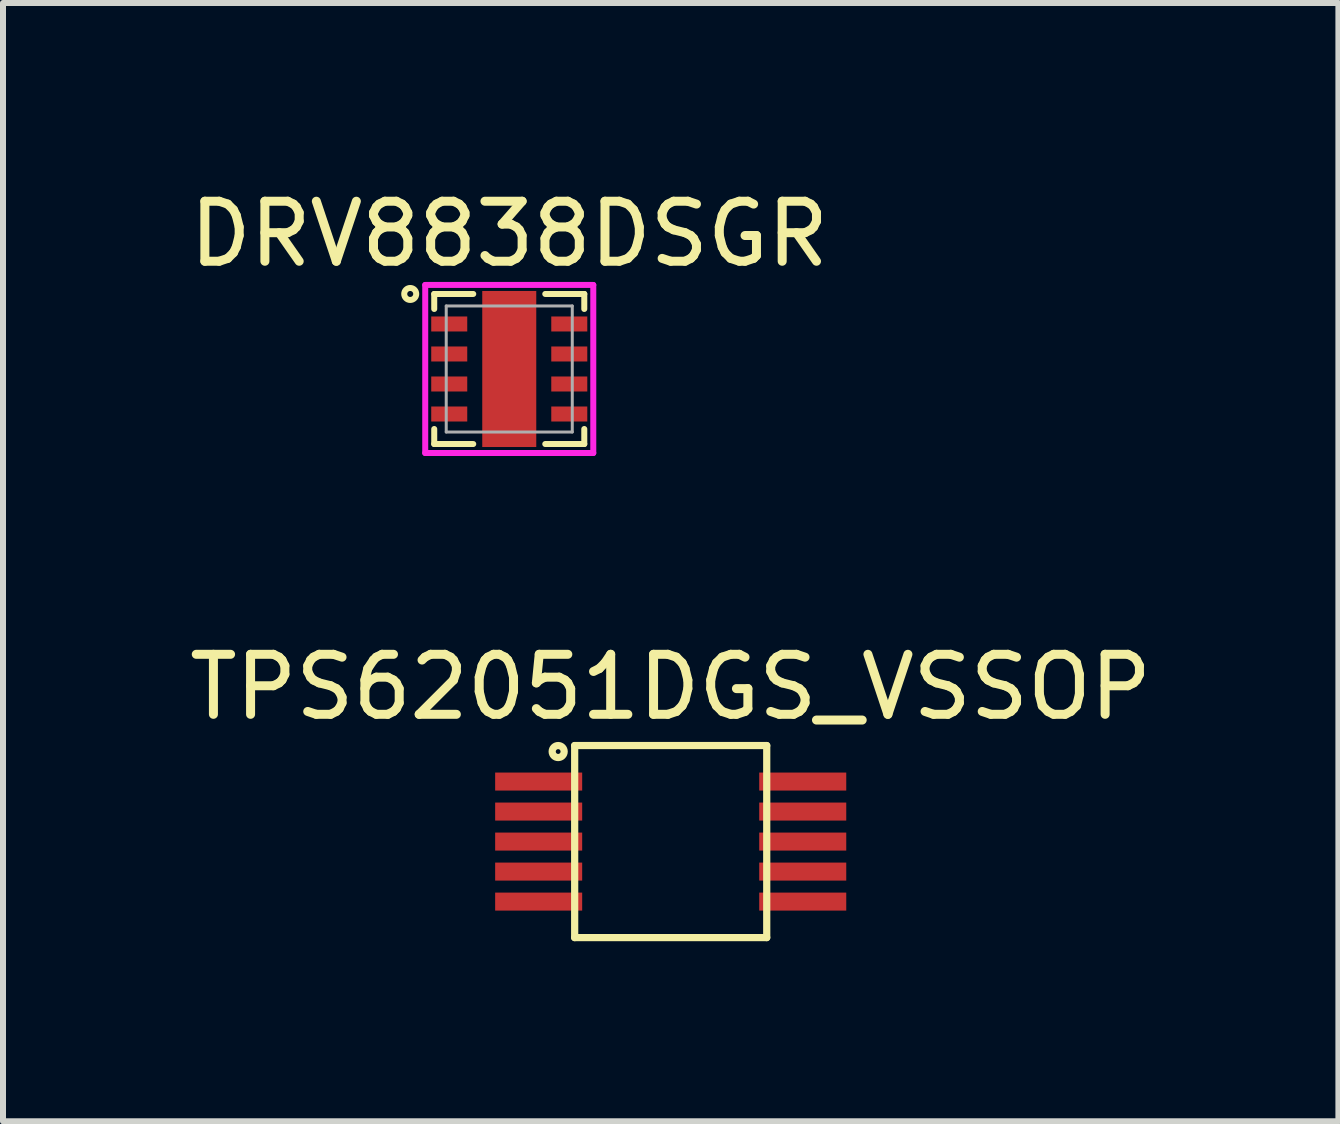
<source format=kicad_pcb>
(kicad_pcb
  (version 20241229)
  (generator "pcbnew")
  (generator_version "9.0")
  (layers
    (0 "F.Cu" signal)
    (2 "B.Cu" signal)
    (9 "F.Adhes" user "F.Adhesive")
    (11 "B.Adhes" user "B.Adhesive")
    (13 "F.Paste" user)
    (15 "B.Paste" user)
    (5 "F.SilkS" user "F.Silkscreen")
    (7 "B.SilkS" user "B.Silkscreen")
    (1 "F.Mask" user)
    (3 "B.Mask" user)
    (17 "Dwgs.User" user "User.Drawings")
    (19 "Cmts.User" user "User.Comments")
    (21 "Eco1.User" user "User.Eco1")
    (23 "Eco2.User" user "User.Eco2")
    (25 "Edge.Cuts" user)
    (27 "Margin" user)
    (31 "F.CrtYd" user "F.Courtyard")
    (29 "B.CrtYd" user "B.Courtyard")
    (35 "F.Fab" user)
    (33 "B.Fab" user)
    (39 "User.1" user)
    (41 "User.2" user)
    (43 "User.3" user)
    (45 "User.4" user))
  (footprint "DRV8838DSGR"
    (layer "F.Cu")
    (at 5.435 3.098)
    (property "Reference" "DRV8838DSGR" (at 0 -2.25 0) (layer "F.SilkS") (effects (font (size 1 1) (thickness 0.15))))
    (attr through_hole)
    (fp_line (start -1.25 -1.25) (end -0.6 -1.25) (stroke (width 0.1) (type solid)) (layer "F.SilkS"))
    (fp_line (start -1.25 -1) (end -1.25 -1.25) (stroke (width 0.1) (type solid)) (layer "F.SilkS"))
    (fp_line (start -1.25 1) (end -1.25 1.25) (stroke (width 0.1) (type solid)) (layer "F.SilkS"))
    (fp_line (start -1.25 1.25) (end -0.6 1.25) (stroke (width 0.1) (type solid)) (layer "F.SilkS"))
    (fp_line (start 1.25 -1.25) (end 0.6 -1.25) (stroke (width 0.1) (type solid)) (layer "F.SilkS"))
    (fp_line (start 1.25 -1) (end 1.25 -1.25) (stroke (width 0.1) (type solid)) (layer "F.SilkS"))
    (fp_line (start 1.25 1) (end 1.25 1.25) (stroke (width 0.1) (type solid)) (layer "F.SilkS"))
    (fp_line (start 1.25 1.25) (end 0.6 1.25) (stroke (width 0.1) (type solid)) (layer "F.SilkS"))
    (fp_circle (center -1.65 -1.25) (end -1.55 -1.25) (stroke (width 0.1) (type solid)) (fill no) (layer "F.SilkS"))
    (fp_line (start -1.4 -1.4) (end -1.4 1.4) (stroke (width 0.1) (type solid)) (layer "F.CrtYd"))
    (fp_line (start -1.4 1.4) (end 1.4 1.4) (stroke (width 0.1) (type solid)) (layer "F.CrtYd"))
    (fp_line (start 1.4 -1.4) (end -1.4 -1.4) (stroke (width 0.1) (type solid)) (layer "F.CrtYd"))
    (fp_line (start 1.4 1.4) (end 1.4 -1.4) (stroke (width 0.1) (type solid)) (layer "F.CrtYd"))
    (fp_line (start -1.05 -1.05) (end 1.05 -1.05) (stroke (width 0.05) (type solid)) (layer "F.Fab"))
    (fp_line (start -1.05 1.05) (end -1.05 -1.05) (stroke (width 0.05) (type solid)) (layer "F.Fab"))
    (fp_line (start 1.05 -1.05) (end 1.05 1.05) (stroke (width 0.05) (type solid)) (layer "F.Fab"))
    (fp_line (start 1.05 1.05) (end -1.05 1.05) (stroke (width 0.05) (type solid)) (layer "F.Fab"))
    (pad "1" smd rect (at -1 -0.75) (size 0.6 0.25) (layers "F.Cu" "F.Mask" "F.Paste"))
    (pad "2" smd rect (at -1 -0.25) (size 0.6 0.25) (layers "F.Cu" "F.Mask" "F.Paste"))
    (pad "3" smd rect (at -1 0.25) (size 0.6 0.25) (layers "F.Cu" "F.Mask" "F.Paste"))
    (pad "4" smd rect (at -1 0.75) (size 0.6 0.25) (layers "F.Cu" "F.Mask" "F.Paste"))
    (pad "5" smd rect (at 1 0.75) (size 0.6 0.25) (layers "F.Cu" "F.Mask" "F.Paste"))
    (pad "6" smd rect (at 1 0.25) (size 0.6 0.25) (layers "F.Cu" "F.Mask" "F.Paste"))
    (pad "7" smd rect (at 1 -0.25) (size 0.6 0.25) (layers "F.Cu" "F.Mask" "F.Paste"))
    (pad "8" smd rect (at 1 -0.75) (size 0.6 0.25) (layers "F.Cu" "F.Mask" "F.Paste"))
    (pad "9" smd rect (at 0 0) (size 0.9 2.6) (layers "F.Cu" "F.Mask" "F.Paste")))
  (footprint "TPS62051DGS_VSSOP"
    (layer "F.Cu")
    (at 8.125 10.972)
    (property "Reference" "TPS62051DGS_VSSOP" (at 0 -2.575 0) (layer "F.SilkS") (effects (font (size 1 1) (thickness 0.15))))
    (attr through_hole)
    (fp_line (start -1.6 -1.6) (end 1.6 -1.6) (stroke (width 0.12) (type solid)) (layer "F.SilkS"))
    (fp_line (start -1.6 1.6) (end -1.6 -1.6) (stroke (width 0.12) (type solid)) (layer "F.SilkS"))
    (fp_line (start -1.6 1.6) (end 1.6 1.6) (stroke (width 0.12) (type solid)) (layer "F.SilkS"))
    (fp_line (start 1.6 1.6) (end 1.6 -1.6) (stroke (width 0.12) (type solid)) (layer "F.SilkS"))
    (fp_circle (center -1.875 -1.5) (end -1.775 -1.5) (stroke (width 0.12) (type solid)) (fill no) (layer "F.SilkS"))
    (pad "1" smd rect (at -2.2 -1) (size 1.45 0.3) (layers "F.Cu" "F.Mask" "F.Paste"))
    (pad "2" smd rect (at -2.2 -0.5) (size 1.45 0.3) (layers "F.Cu" "F.Mask" "F.Paste"))
    (pad "3" smd rect (at -2.2 0) (size 1.45 0.3) (layers "F.Cu" "F.Mask" "F.Paste"))
    (pad "4" smd rect (at -2.2 0.5) (size 1.45 0.3) (layers "F.Cu" "F.Mask" "F.Paste"))
    (pad "5" smd rect (at -2.2 1) (size 1.45 0.3) (layers "F.Cu" "F.Mask" "F.Paste"))
    (pad "6" smd rect (at 2.2 1) (size 1.45 0.3) (layers "F.Cu" "F.Mask" "F.Paste"))
    (pad "7" smd rect (at 2.2 0.5) (size 1.45 0.3) (layers "F.Cu" "F.Mask" "F.Paste"))
    (pad "8" smd rect (at 2.2 0) (size 1.45 0.3) (layers "F.Cu" "F.Mask" "F.Paste"))
    (pad "9" smd rect (at 2.2 -0.5) (size 1.45 0.3) (layers "F.Cu" "F.Mask" "F.Paste"))
    (pad "10" smd rect (at 2.2 -1) (size 1.45 0.3) (layers "F.Cu" "F.Mask" "F.Paste")))
  (gr_rect
    (start -3 -3)
    (end 19.25 15.632)
    (stroke (width 0.1) (type default))
    (fill no)
    (layer "Edge.Cuts")))
</source>
